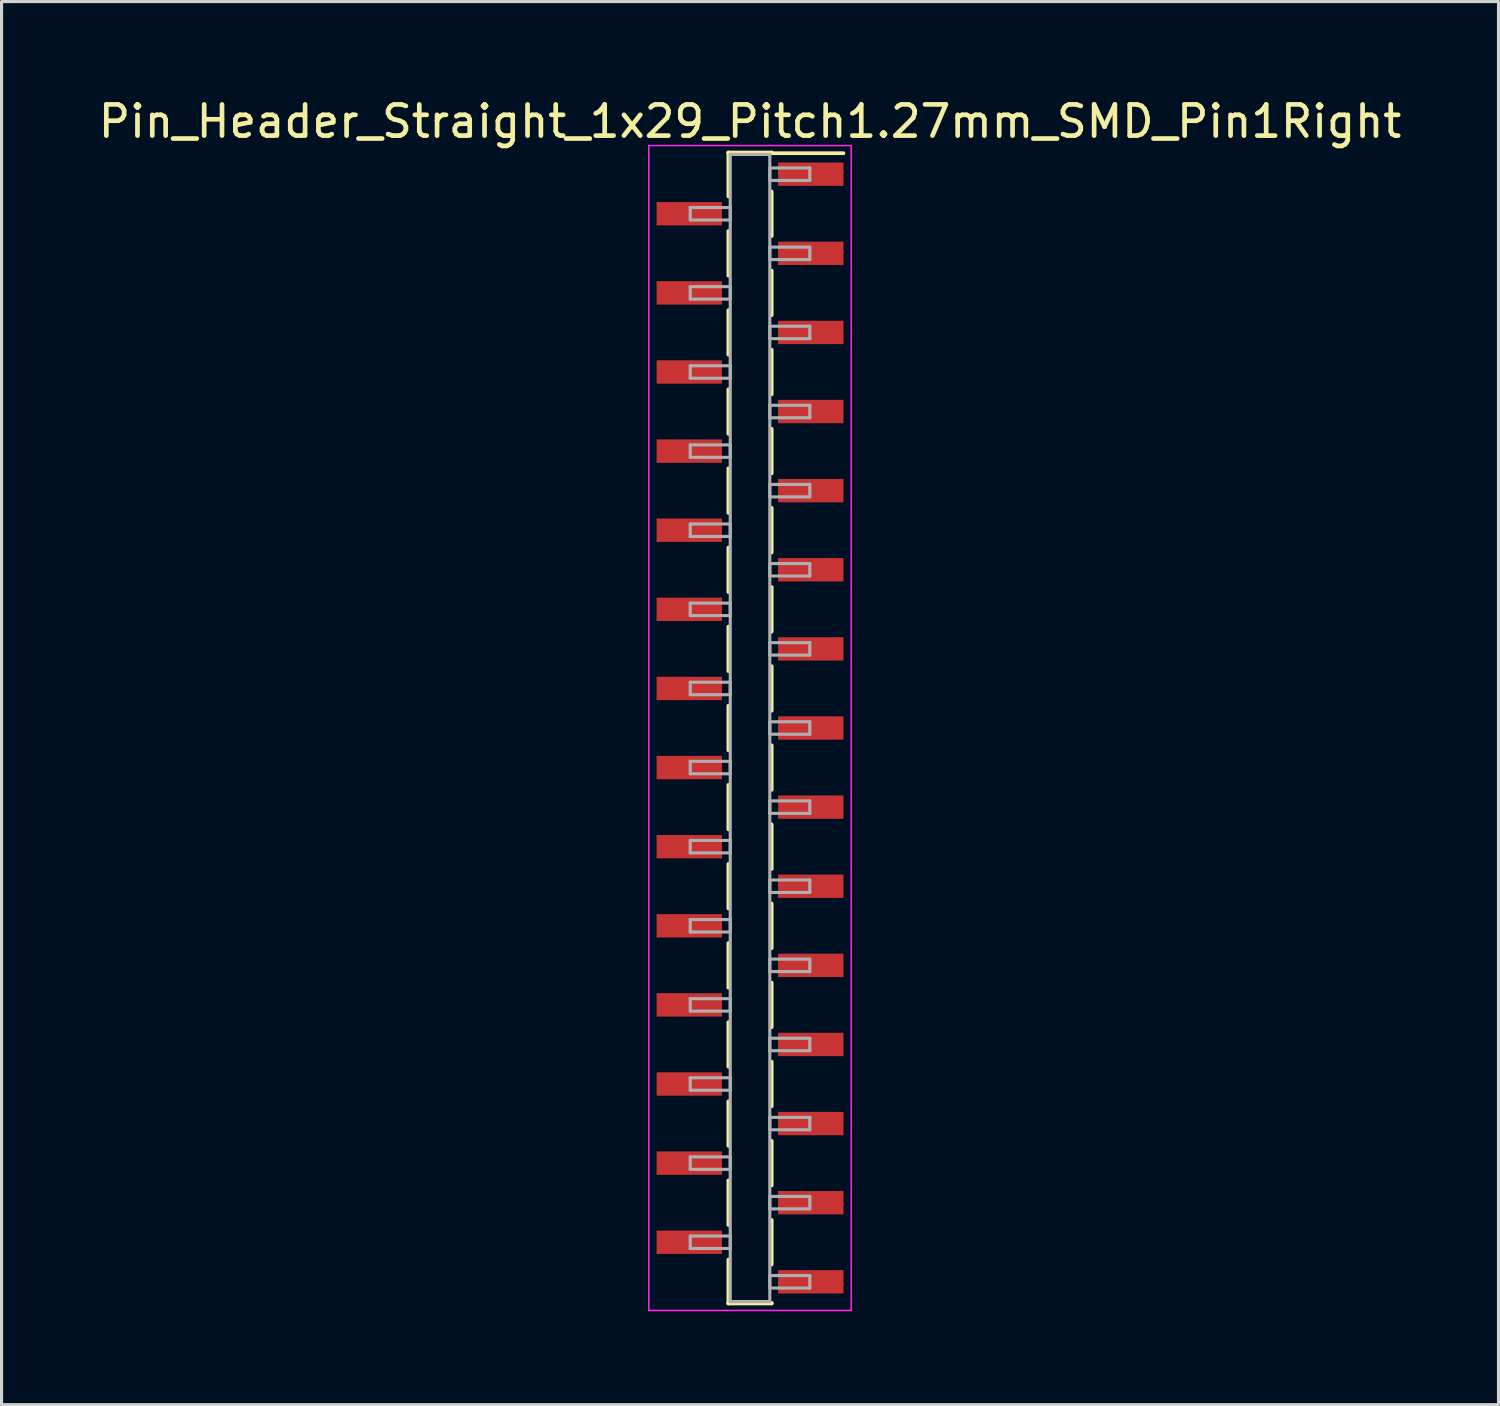
<source format=kicad_pcb>
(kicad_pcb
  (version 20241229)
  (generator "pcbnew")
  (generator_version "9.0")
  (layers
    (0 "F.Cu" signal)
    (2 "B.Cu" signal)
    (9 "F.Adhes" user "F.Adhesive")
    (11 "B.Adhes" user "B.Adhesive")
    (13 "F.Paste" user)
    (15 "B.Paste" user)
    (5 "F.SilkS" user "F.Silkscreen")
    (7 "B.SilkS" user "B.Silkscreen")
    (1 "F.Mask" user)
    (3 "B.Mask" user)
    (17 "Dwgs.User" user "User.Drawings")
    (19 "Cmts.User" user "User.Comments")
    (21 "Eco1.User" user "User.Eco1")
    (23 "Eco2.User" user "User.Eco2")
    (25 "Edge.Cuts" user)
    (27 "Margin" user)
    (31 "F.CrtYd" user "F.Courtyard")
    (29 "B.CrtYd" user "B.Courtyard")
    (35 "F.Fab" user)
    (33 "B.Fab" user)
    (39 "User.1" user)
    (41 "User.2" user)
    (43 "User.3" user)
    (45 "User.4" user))
  (footprint "Pin_Header_Straight_1x29_Pitch1.27mm_SMD_Pin1Right"
    (layer "F.Cu")
    (at 21.03 20.323)
    (property "Reference" "Pin_Header_Straight_1x29_Pitch1.27mm_SMD_Pin1Right" (at 0 -19.475 0) (layer "F.SilkS") (effects (font (size 1 1) (thickness 0.15))))
    (attr smd)
    (fp_line (start -0.695 -18.475) (end -0.695 -17.065) (stroke (width 0.12) (type solid)) (layer "F.SilkS"))
    (fp_line (start -0.695 -18.475) (end 0.695 -18.475) (stroke (width 0.12) (type solid)) (layer "F.SilkS"))
    (fp_line (start -0.695 -18.455) (end -0.695 -18.475) (stroke (width 0.12) (type solid)) (layer "F.SilkS"))
    (fp_line (start -0.695 -15.955) (end -0.695 -14.525) (stroke (width 0.12) (type solid)) (layer "F.SilkS"))
    (fp_line (start -0.695 -13.415) (end -0.695 -11.985) (stroke (width 0.12) (type solid)) (layer "F.SilkS"))
    (fp_line (start -0.695 -10.875) (end -0.695 -9.445) (stroke (width 0.12) (type solid)) (layer "F.SilkS"))
    (fp_line (start -0.695 -8.335) (end -0.695 -6.905) (stroke (width 0.12) (type solid)) (layer "F.SilkS"))
    (fp_line (start -0.695 -5.795) (end -0.695 -4.365) (stroke (width 0.12) (type solid)) (layer "F.SilkS"))
    (fp_line (start -0.695 -3.255) (end -0.695 -1.825) (stroke (width 0.12) (type solid)) (layer "F.SilkS"))
    (fp_line (start -0.695 -0.715) (end -0.695 0.715) (stroke (width 0.12) (type solid)) (layer "F.SilkS"))
    (fp_line (start -0.695 1.825) (end -0.695 3.255) (stroke (width 0.12) (type solid)) (layer "F.SilkS"))
    (fp_line (start -0.695 4.365) (end -0.695 5.795) (stroke (width 0.12) (type solid)) (layer "F.SilkS"))
    (fp_line (start -0.695 6.905) (end -0.695 8.335) (stroke (width 0.12) (type solid)) (layer "F.SilkS"))
    (fp_line (start -0.695 9.445) (end -0.695 10.875) (stroke (width 0.12) (type solid)) (layer "F.SilkS"))
    (fp_line (start -0.695 11.985) (end -0.695 13.415) (stroke (width 0.12) (type solid)) (layer "F.SilkS"))
    (fp_line (start -0.695 14.525) (end -0.695 15.955) (stroke (width 0.12) (type solid)) (layer "F.SilkS"))
    (fp_line (start -0.695 17.065) (end -0.695 18.475) (stroke (width 0.12) (type solid)) (layer "F.SilkS"))
    (fp_line (start -0.695 18.455) (end -0.695 18.475) (stroke (width 0.12) (type solid)) (layer "F.SilkS"))
    (fp_line (start -0.695 18.475) (end 0.695 18.475) (stroke (width 0.12) (type solid)) (layer "F.SilkS"))
    (fp_line (start 0.695 -18.475) (end 0.695 -18.455) (stroke (width 0.12) (type solid)) (layer "F.SilkS"))
    (fp_line (start 0.695 -18.455) (end 3 -18.455) (stroke (width 0.12) (type solid)) (layer "F.SilkS"))
    (fp_line (start 0.695 -17.225) (end 0.695 -15.795) (stroke (width 0.12) (type solid)) (layer "F.SilkS"))
    (fp_line (start 0.695 -14.685) (end 0.695 -13.255) (stroke (width 0.12) (type solid)) (layer "F.SilkS"))
    (fp_line (start 0.695 -12.145) (end 0.695 -10.715) (stroke (width 0.12) (type solid)) (layer "F.SilkS"))
    (fp_line (start 0.695 -9.605) (end 0.695 -8.175) (stroke (width 0.12) (type solid)) (layer "F.SilkS"))
    (fp_line (start 0.695 -7.065) (end 0.695 -5.635) (stroke (width 0.12) (type solid)) (layer "F.SilkS"))
    (fp_line (start 0.695 -4.525) (end 0.695 -3.095) (stroke (width 0.12) (type solid)) (layer "F.SilkS"))
    (fp_line (start 0.695 -1.985) (end 0.695 -0.555) (stroke (width 0.12) (type solid)) (layer "F.SilkS"))
    (fp_line (start 0.695 0.555) (end 0.695 1.985) (stroke (width 0.12) (type solid)) (layer "F.SilkS"))
    (fp_line (start 0.695 3.095) (end 0.695 4.525) (stroke (width 0.12) (type solid)) (layer "F.SilkS"))
    (fp_line (start 0.695 5.635) (end 0.695 7.065) (stroke (width 0.12) (type solid)) (layer "F.SilkS"))
    (fp_line (start 0.695 8.175) (end 0.695 9.605) (stroke (width 0.12) (type solid)) (layer "F.SilkS"))
    (fp_line (start 0.695 10.715) (end 0.695 12.145) (stroke (width 0.12) (type solid)) (layer "F.SilkS"))
    (fp_line (start 0.695 13.255) (end 0.695 14.685) (stroke (width 0.12) (type solid)) (layer "F.SilkS"))
    (fp_line (start 0.695 15.795) (end 0.695 17.225) (stroke (width 0.12) (type solid)) (layer "F.SilkS"))
    (fp_line (start 0.695 18.475) (end 0.695 18.455) (stroke (width 0.12) (type solid)) (layer "F.SilkS"))
    (fp_line (start -3.25 -18.7) (end -3.25 18.7) (stroke (width 0.05) (type solid)) (layer "F.CrtYd"))
    (fp_line (start -3.25 18.7) (end 3.25 18.7) (stroke (width 0.05) (type solid)) (layer "F.CrtYd"))
    (fp_line (start 3.25 -18.7) (end -3.25 -18.7) (stroke (width 0.05) (type solid)) (layer "F.CrtYd"))
    (fp_line (start 3.25 18.7) (end 3.25 -18.7) (stroke (width 0.05) (type solid)) (layer "F.CrtYd"))
    (fp_line (start -1.92 -16.71) (end -0.635 -16.71) (stroke (width 0.1) (type solid)) (layer "F.Fab"))
    (fp_line (start -1.92 -16.31) (end -1.92 -16.71) (stroke (width 0.1) (type solid)) (layer "F.Fab"))
    (fp_line (start -1.92 -14.17) (end -0.635 -14.17) (stroke (width 0.1) (type solid)) (layer "F.Fab"))
    (fp_line (start -1.92 -13.77) (end -1.92 -14.17) (stroke (width 0.1) (type solid)) (layer "F.Fab"))
    (fp_line (start -1.92 -11.63) (end -0.635 -11.63) (stroke (width 0.1) (type solid)) (layer "F.Fab"))
    (fp_line (start -1.92 -11.23) (end -1.92 -11.63) (stroke (width 0.1) (type solid)) (layer "F.Fab"))
    (fp_line (start -1.92 -9.09) (end -0.635 -9.09) (stroke (width 0.1) (type solid)) (layer "F.Fab"))
    (fp_line (start -1.92 -8.69) (end -1.92 -9.09) (stroke (width 0.1) (type solid)) (layer "F.Fab"))
    (fp_line (start -1.92 -6.55) (end -0.635 -6.55) (stroke (width 0.1) (type solid)) (layer "F.Fab"))
    (fp_line (start -1.92 -6.15) (end -1.92 -6.55) (stroke (width 0.1) (type solid)) (layer "F.Fab"))
    (fp_line (start -1.92 -4.01) (end -0.635 -4.01) (stroke (width 0.1) (type solid)) (layer "F.Fab"))
    (fp_line (start -1.92 -3.61) (end -1.92 -4.01) (stroke (width 0.1) (type solid)) (layer "F.Fab"))
    (fp_line (start -1.92 -1.47) (end -0.635 -1.47) (stroke (width 0.1) (type solid)) (layer "F.Fab"))
    (fp_line (start -1.92 -1.07) (end -1.92 -1.47) (stroke (width 0.1) (type solid)) (layer "F.Fab"))
    (fp_line (start -1.92 1.07) (end -0.635 1.07) (stroke (width 0.1) (type solid)) (layer "F.Fab"))
    (fp_line (start -1.92 1.47) (end -1.92 1.07) (stroke (width 0.1) (type solid)) (layer "F.Fab"))
    (fp_line (start -1.92 3.61) (end -0.635 3.61) (stroke (width 0.1) (type solid)) (layer "F.Fab"))
    (fp_line (start -1.92 4.01) (end -1.92 3.61) (stroke (width 0.1) (type solid)) (layer "F.Fab"))
    (fp_line (start -1.92 6.15) (end -0.635 6.15) (stroke (width 0.1) (type solid)) (layer "F.Fab"))
    (fp_line (start -1.92 6.55) (end -1.92 6.15) (stroke (width 0.1) (type solid)) (layer "F.Fab"))
    (fp_line (start -1.92 8.69) (end -0.635 8.69) (stroke (width 0.1) (type solid)) (layer "F.Fab"))
    (fp_line (start -1.92 9.09) (end -1.92 8.69) (stroke (width 0.1) (type solid)) (layer "F.Fab"))
    (fp_line (start -1.92 11.23) (end -0.635 11.23) (stroke (width 0.1) (type solid)) (layer "F.Fab"))
    (fp_line (start -1.92 11.63) (end -1.92 11.23) (stroke (width 0.1) (type solid)) (layer "F.Fab"))
    (fp_line (start -1.92 13.77) (end -0.635 13.77) (stroke (width 0.1) (type solid)) (layer "F.Fab"))
    (fp_line (start -1.92 14.17) (end -1.92 13.77) (stroke (width 0.1) (type solid)) (layer "F.Fab"))
    (fp_line (start -1.92 16.31) (end -0.635 16.31) (stroke (width 0.1) (type solid)) (layer "F.Fab"))
    (fp_line (start -1.92 16.71) (end -1.92 16.31) (stroke (width 0.1) (type solid)) (layer "F.Fab"))
    (fp_line (start -0.635 -18.415) (end -0.635 18.415) (stroke (width 0.1) (type solid)) (layer "F.Fab"))
    (fp_line (start -0.635 -16.71) (end -0.635 -16.31) (stroke (width 0.1) (type solid)) (layer "F.Fab"))
    (fp_line (start -0.635 -16.31) (end -1.92 -16.31) (stroke (width 0.1) (type solid)) (layer "F.Fab"))
    (fp_line (start -0.635 -14.17) (end -0.635 -13.77) (stroke (width 0.1) (type solid)) (layer "F.Fab"))
    (fp_line (start -0.635 -13.77) (end -1.92 -13.77) (stroke (width 0.1) (type solid)) (layer "F.Fab"))
    (fp_line (start -0.635 -11.63) (end -0.635 -11.23) (stroke (width 0.1) (type solid)) (layer "F.Fab"))
    (fp_line (start -0.635 -11.23) (end -1.92 -11.23) (stroke (width 0.1) (type solid)) (layer "F.Fab"))
    (fp_line (start -0.635 -9.09) (end -0.635 -8.69) (stroke (width 0.1) (type solid)) (layer "F.Fab"))
    (fp_line (start -0.635 -8.69) (end -1.92 -8.69) (stroke (width 0.1) (type solid)) (layer "F.Fab"))
    (fp_line (start -0.635 -6.55) (end -0.635 -6.15) (stroke (width 0.1) (type solid)) (layer "F.Fab"))
    (fp_line (start -0.635 -6.15) (end -1.92 -6.15) (stroke (width 0.1) (type solid)) (layer "F.Fab"))
    (fp_line (start -0.635 -4.01) (end -0.635 -3.61) (stroke (width 0.1) (type solid)) (layer "F.Fab"))
    (fp_line (start -0.635 -3.61) (end -1.92 -3.61) (stroke (width 0.1) (type solid)) (layer "F.Fab"))
    (fp_line (start -0.635 -1.47) (end -0.635 -1.07) (stroke (width 0.1) (type solid)) (layer "F.Fab"))
    (fp_line (start -0.635 -1.07) (end -1.92 -1.07) (stroke (width 0.1) (type solid)) (layer "F.Fab"))
    (fp_line (start -0.635 1.07) (end -0.635 1.47) (stroke (width 0.1) (type solid)) (layer "F.Fab"))
    (fp_line (start -0.635 1.47) (end -1.92 1.47) (stroke (width 0.1) (type solid)) (layer "F.Fab"))
    (fp_line (start -0.635 3.61) (end -0.635 4.01) (stroke (width 0.1) (type solid)) (layer "F.Fab"))
    (fp_line (start -0.635 4.01) (end -1.92 4.01) (stroke (width 0.1) (type solid)) (layer "F.Fab"))
    (fp_line (start -0.635 6.15) (end -0.635 6.55) (stroke (width 0.1) (type solid)) (layer "F.Fab"))
    (fp_line (start -0.635 6.55) (end -1.92 6.55) (stroke (width 0.1) (type solid)) (layer "F.Fab"))
    (fp_line (start -0.635 8.69) (end -0.635 9.09) (stroke (width 0.1) (type solid)) (layer "F.Fab"))
    (fp_line (start -0.635 9.09) (end -1.92 9.09) (stroke (width 0.1) (type solid)) (layer "F.Fab"))
    (fp_line (start -0.635 11.23) (end -0.635 11.63) (stroke (width 0.1) (type solid)) (layer "F.Fab"))
    (fp_line (start -0.635 11.63) (end -1.92 11.63) (stroke (width 0.1) (type solid)) (layer "F.Fab"))
    (fp_line (start -0.635 13.77) (end -0.635 14.17) (stroke (width 0.1) (type solid)) (layer "F.Fab"))
    (fp_line (start -0.635 14.17) (end -1.92 14.17) (stroke (width 0.1) (type solid)) (layer "F.Fab"))
    (fp_line (start -0.635 16.31) (end -0.635 16.71) (stroke (width 0.1) (type solid)) (layer "F.Fab"))
    (fp_line (start -0.635 16.71) (end -1.92 16.71) (stroke (width 0.1) (type solid)) (layer "F.Fab"))
    (fp_line (start -0.635 18.415) (end 0.635 18.415) (stroke (width 0.1) (type solid)) (layer "F.Fab"))
    (fp_line (start 0.635 -18.415) (end -0.635 -18.415) (stroke (width 0.1) (type solid)) (layer "F.Fab"))
    (fp_line (start 0.635 -17.98) (end 0.635 -17.58) (stroke (width 0.1) (type solid)) (layer "F.Fab"))
    (fp_line (start 0.635 -17.58) (end 1.92 -17.58) (stroke (width 0.1) (type solid)) (layer "F.Fab"))
    (fp_line (start 0.635 -15.44) (end 0.635 -15.04) (stroke (width 0.1) (type solid)) (layer "F.Fab"))
    (fp_line (start 0.635 -15.04) (end 1.92 -15.04) (stroke (width 0.1) (type solid)) (layer "F.Fab"))
    (fp_line (start 0.635 -12.9) (end 0.635 -12.5) (stroke (width 0.1) (type solid)) (layer "F.Fab"))
    (fp_line (start 0.635 -12.5) (end 1.92 -12.5) (stroke (width 0.1) (type solid)) (layer "F.Fab"))
    (fp_line (start 0.635 -10.36) (end 0.635 -9.96) (stroke (width 0.1) (type solid)) (layer "F.Fab"))
    (fp_line (start 0.635 -9.96) (end 1.92 -9.96) (stroke (width 0.1) (type solid)) (layer "F.Fab"))
    (fp_line (start 0.635 -7.82) (end 0.635 -7.42) (stroke (width 0.1) (type solid)) (layer "F.Fab"))
    (fp_line (start 0.635 -7.42) (end 1.92 -7.42) (stroke (width 0.1) (type solid)) (layer "F.Fab"))
    (fp_line (start 0.635 -5.28) (end 0.635 -4.88) (stroke (width 0.1) (type solid)) (layer "F.Fab"))
    (fp_line (start 0.635 -4.88) (end 1.92 -4.88) (stroke (width 0.1) (type solid)) (layer "F.Fab"))
    (fp_line (start 0.635 -2.74) (end 0.635 -2.34) (stroke (width 0.1) (type solid)) (layer "F.Fab"))
    (fp_line (start 0.635 -2.34) (end 1.92 -2.34) (stroke (width 0.1) (type solid)) (layer "F.Fab"))
    (fp_line (start 0.635 -0.2) (end 0.635 0.2) (stroke (width 0.1) (type solid)) (layer "F.Fab"))
    (fp_line (start 0.635 0.2) (end 1.92 0.2) (stroke (width 0.1) (type solid)) (layer "F.Fab"))
    (fp_line (start 0.635 2.34) (end 0.635 2.74) (stroke (width 0.1) (type solid)) (layer "F.Fab"))
    (fp_line (start 0.635 2.74) (end 1.92 2.74) (stroke (width 0.1) (type solid)) (layer "F.Fab"))
    (fp_line (start 0.635 4.88) (end 0.635 5.28) (stroke (width 0.1) (type solid)) (layer "F.Fab"))
    (fp_line (start 0.635 5.28) (end 1.92 5.28) (stroke (width 0.1) (type solid)) (layer "F.Fab"))
    (fp_line (start 0.635 7.42) (end 0.635 7.82) (stroke (width 0.1) (type solid)) (layer "F.Fab"))
    (fp_line (start 0.635 7.82) (end 1.92 7.82) (stroke (width 0.1) (type solid)) (layer "F.Fab"))
    (fp_line (start 0.635 9.96) (end 0.635 10.36) (stroke (width 0.1) (type solid)) (layer "F.Fab"))
    (fp_line (start 0.635 10.36) (end 1.92 10.36) (stroke (width 0.1) (type solid)) (layer "F.Fab"))
    (fp_line (start 0.635 12.5) (end 0.635 12.9) (stroke (width 0.1) (type solid)) (layer "F.Fab"))
    (fp_line (start 0.635 12.9) (end 1.92 12.9) (stroke (width 0.1) (type solid)) (layer "F.Fab"))
    (fp_line (start 0.635 15.04) (end 0.635 15.44) (stroke (width 0.1) (type solid)) (layer "F.Fab"))
    (fp_line (start 0.635 15.44) (end 1.92 15.44) (stroke (width 0.1) (type solid)) (layer "F.Fab"))
    (fp_line (start 0.635 17.58) (end 0.635 17.98) (stroke (width 0.1) (type solid)) (layer "F.Fab"))
    (fp_line (start 0.635 17.98) (end 1.92 17.98) (stroke (width 0.1) (type solid)) (layer "F.Fab"))
    (fp_line (start 0.635 18.415) (end 0.635 -18.415) (stroke (width 0.1) (type solid)) (layer "F.Fab"))
    (fp_line (start 1.92 -17.98) (end 0.635 -17.98) (stroke (width 0.1) (type solid)) (layer "F.Fab"))
    (fp_line (start 1.92 -17.58) (end 1.92 -17.98) (stroke (width 0.1) (type solid)) (layer "F.Fab"))
    (fp_line (start 1.92 -15.44) (end 0.635 -15.44) (stroke (width 0.1) (type solid)) (layer "F.Fab"))
    (fp_line (start 1.92 -15.04) (end 1.92 -15.44) (stroke (width 0.1) (type solid)) (layer "F.Fab"))
    (fp_line (start 1.92 -12.9) (end 0.635 -12.9) (stroke (width 0.1) (type solid)) (layer "F.Fab"))
    (fp_line (start 1.92 -12.5) (end 1.92 -12.9) (stroke (width 0.1) (type solid)) (layer "F.Fab"))
    (fp_line (start 1.92 -10.36) (end 0.635 -10.36) (stroke (width 0.1) (type solid)) (layer "F.Fab"))
    (fp_line (start 1.92 -9.96) (end 1.92 -10.36) (stroke (width 0.1) (type solid)) (layer "F.Fab"))
    (fp_line (start 1.92 -7.82) (end 0.635 -7.82) (stroke (width 0.1) (type solid)) (layer "F.Fab"))
    (fp_line (start 1.92 -7.42) (end 1.92 -7.82) (stroke (width 0.1) (type solid)) (layer "F.Fab"))
    (fp_line (start 1.92 -5.28) (end 0.635 -5.28) (stroke (width 0.1) (type solid)) (layer "F.Fab"))
    (fp_line (start 1.92 -4.88) (end 1.92 -5.28) (stroke (width 0.1) (type solid)) (layer "F.Fab"))
    (fp_line (start 1.92 -2.74) (end 0.635 -2.74) (stroke (width 0.1) (type solid)) (layer "F.Fab"))
    (fp_line (start 1.92 -2.34) (end 1.92 -2.74) (stroke (width 0.1) (type solid)) (layer "F.Fab"))
    (fp_line (start 1.92 -0.2) (end 0.635 -0.2) (stroke (width 0.1) (type solid)) (layer "F.Fab"))
    (fp_line (start 1.92 0.2) (end 1.92 -0.2) (stroke (width 0.1) (type solid)) (layer "F.Fab"))
    (fp_line (start 1.92 2.34) (end 0.635 2.34) (stroke (width 0.1) (type solid)) (layer "F.Fab"))
    (fp_line (start 1.92 2.74) (end 1.92 2.34) (stroke (width 0.1) (type solid)) (layer "F.Fab"))
    (fp_line (start 1.92 4.88) (end 0.635 4.88) (stroke (width 0.1) (type solid)) (layer "F.Fab"))
    (fp_line (start 1.92 5.28) (end 1.92 4.88) (stroke (width 0.1) (type solid)) (layer "F.Fab"))
    (fp_line (start 1.92 7.42) (end 0.635 7.42) (stroke (width 0.1) (type solid)) (layer "F.Fab"))
    (fp_line (start 1.92 7.82) (end 1.92 7.42) (stroke (width 0.1) (type solid)) (layer "F.Fab"))
    (fp_line (start 1.92 9.96) (end 0.635 9.96) (stroke (width 0.1) (type solid)) (layer "F.Fab"))
    (fp_line (start 1.92 10.36) (end 1.92 9.96) (stroke (width 0.1) (type solid)) (layer "F.Fab"))
    (fp_line (start 1.92 12.5) (end 0.635 12.5) (stroke (width 0.1) (type solid)) (layer "F.Fab"))
    (fp_line (start 1.92 12.9) (end 1.92 12.5) (stroke (width 0.1) (type solid)) (layer "F.Fab"))
    (fp_line (start 1.92 15.04) (end 0.635 15.04) (stroke (width 0.1) (type solid)) (layer "F.Fab"))
    (fp_line (start 1.92 15.44) (end 1.92 15.04) (stroke (width 0.1) (type solid)) (layer "F.Fab"))
    (fp_line (start 1.92 17.58) (end 0.635 17.58) (stroke (width 0.1) (type solid)) (layer "F.Fab"))
    (fp_line (start 1.92 17.98) (end 1.92 17.58) (stroke (width 0.1) (type solid)) (layer "F.Fab"))
    (pad "1" smd rect (at 1.95 -17.78) (size 2.1 0.75) (layers "F.Cu" "F.Mask"))
    (pad "2" smd rect (at -1.95 -16.51) (size 2.1 0.75) (layers "F.Cu" "F.Mask"))
    (pad "3" smd rect (at 1.95 -15.24) (size 2.1 0.75) (layers "F.Cu" "F.Mask"))
    (pad "4" smd rect (at -1.95 -13.97) (size 2.1 0.75) (layers "F.Cu" "F.Mask"))
    (pad "5" smd rect (at 1.95 -12.7) (size 2.1 0.75) (layers "F.Cu" "F.Mask"))
    (pad "6" smd rect (at -1.95 -11.43) (size 2.1 0.75) (layers "F.Cu" "F.Mask"))
    (pad "7" smd rect (at 1.95 -10.16) (size 2.1 0.75) (layers "F.Cu" "F.Mask"))
    (pad "8" smd rect (at -1.95 -8.89) (size 2.1 0.75) (layers "F.Cu" "F.Mask"))
    (pad "9" smd rect (at 1.95 -7.62) (size 2.1 0.75) (layers "F.Cu" "F.Mask"))
    (pad "10" smd rect (at -1.95 -6.35) (size 2.1 0.75) (layers "F.Cu" "F.Mask"))
    (pad "11" smd rect (at 1.95 -5.08) (size 2.1 0.75) (layers "F.Cu" "F.Mask"))
    (pad "12" smd rect (at -1.95 -3.81) (size 2.1 0.75) (layers "F.Cu" "F.Mask"))
    (pad "13" smd rect (at 1.95 -2.54) (size 2.1 0.75) (layers "F.Cu" "F.Mask"))
    (pad "14" smd rect (at -1.95 -1.27) (size 2.1 0.75) (layers "F.Cu" "F.Mask"))
    (pad "15" smd rect (at 1.95 0) (size 2.1 0.75) (layers "F.Cu" "F.Mask"))
    (pad "16" smd rect (at -1.95 1.27) (size 2.1 0.75) (layers "F.Cu" "F.Mask"))
    (pad "17" smd rect (at 1.95 2.54) (size 2.1 0.75) (layers "F.Cu" "F.Mask"))
    (pad "18" smd rect (at -1.95 3.81) (size 2.1 0.75) (layers "F.Cu" "F.Mask"))
    (pad "19" smd rect (at 1.95 5.08) (size 2.1 0.75) (layers "F.Cu" "F.Mask"))
    (pad "20" smd rect (at -1.95 6.35) (size 2.1 0.75) (layers "F.Cu" "F.Mask"))
    (pad "21" smd rect (at 1.95 7.62) (size 2.1 0.75) (layers "F.Cu" "F.Mask"))
    (pad "22" smd rect (at -1.95 8.89) (size 2.1 0.75) (layers "F.Cu" "F.Mask"))
    (pad "23" smd rect (at 1.95 10.16) (size 2.1 0.75) (layers "F.Cu" "F.Mask"))
    (pad "24" smd rect (at -1.95 11.43) (size 2.1 0.75) (layers "F.Cu" "F.Mask"))
    (pad "25" smd rect (at 1.95 12.7) (size 2.1 0.75) (layers "F.Cu" "F.Mask"))
    (pad "26" smd rect (at -1.95 13.97) (size 2.1 0.75) (layers "F.Cu" "F.Mask"))
    (pad "27" smd rect (at 1.95 15.24) (size 2.1 0.75) (layers "F.Cu" "F.Mask"))
    (pad "28" smd rect (at -1.95 16.51) (size 2.1 0.75) (layers "F.Cu" "F.Mask"))
    (pad "29" smd rect (at 1.95 17.78) (size 2.1 0.75) (layers "F.Cu" "F.Mask")))
  (gr_rect
    (start -3 -3)
    (end 45.06 42.048)
    (stroke (width 0.1) (type default))
    (fill no)
    (layer "Edge.Cuts")))
</source>
